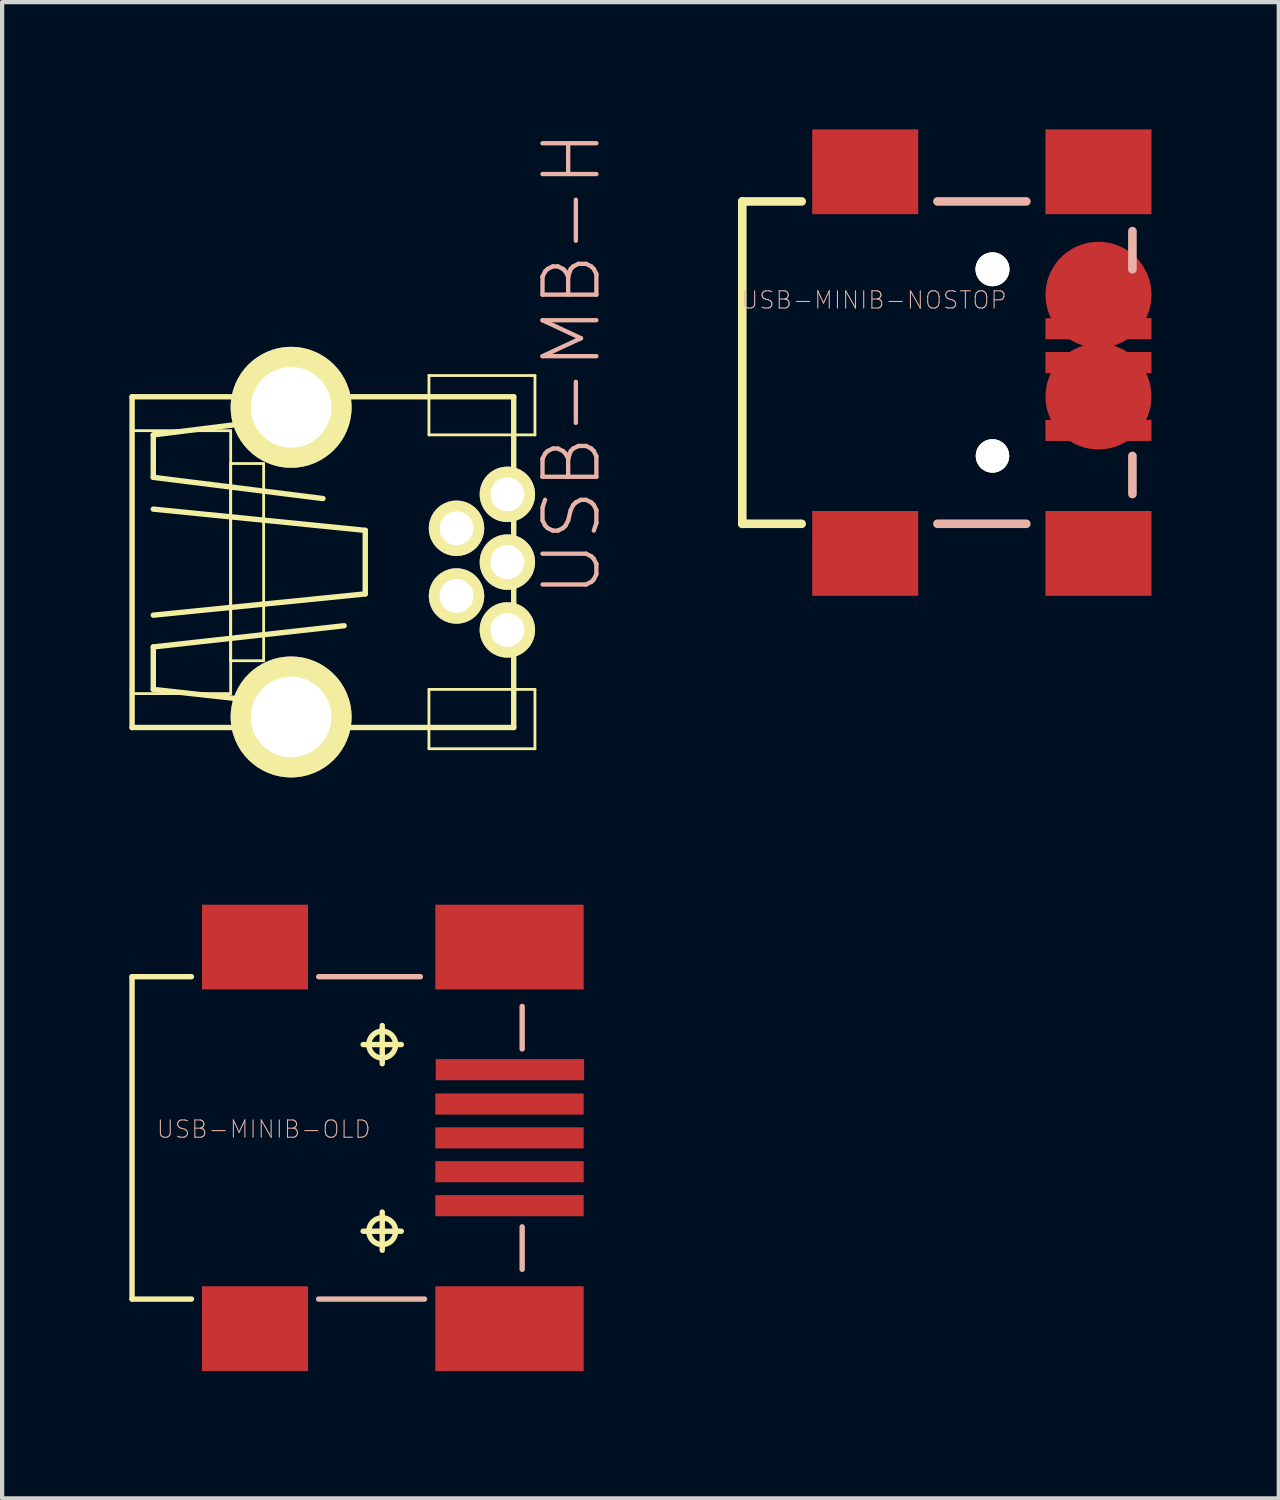
<source format=kicad_pcb>
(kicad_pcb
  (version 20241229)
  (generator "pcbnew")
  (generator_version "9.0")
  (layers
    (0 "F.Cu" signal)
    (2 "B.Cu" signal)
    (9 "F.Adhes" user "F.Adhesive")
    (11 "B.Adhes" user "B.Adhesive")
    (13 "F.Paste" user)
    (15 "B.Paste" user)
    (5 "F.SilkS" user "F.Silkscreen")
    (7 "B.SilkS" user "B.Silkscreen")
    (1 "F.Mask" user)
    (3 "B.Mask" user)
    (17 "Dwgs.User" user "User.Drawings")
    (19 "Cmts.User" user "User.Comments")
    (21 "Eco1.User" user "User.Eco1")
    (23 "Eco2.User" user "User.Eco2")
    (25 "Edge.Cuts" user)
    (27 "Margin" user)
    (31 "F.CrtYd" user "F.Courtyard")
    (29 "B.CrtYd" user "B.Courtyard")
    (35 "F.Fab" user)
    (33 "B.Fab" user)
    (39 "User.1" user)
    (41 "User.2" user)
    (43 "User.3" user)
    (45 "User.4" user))
  (footprint "USB-MINIB-NOSTOP"
    (layer "F.Cu")
    (at 20.347 5.498)
    (property "Reference" "USB-MINIB-NOSTOP" (at -2.794 -1.473 0) (layer "B.SilkS") (effects (font (size 0.406 0.406) (thickness 0.025))))
    (attr smd)
    (fp_line (start -5.898 -3.8) (end -5.898 3.8) (stroke (width 0.203) (type solid)) (layer "F.SilkS"))
    (fp_line (start -5.898 -3.8) (end -4.498 -3.8) (stroke (width 0.203) (type solid)) (layer "F.SilkS"))
    (fp_line (start -5.898 3.8) (end -4.498 3.8) (stroke (width 0.203) (type solid)) (layer "F.SilkS"))
    (fp_circle (center 0 -2.2) (end -0.173 -2.372) (stroke (width 0.203) (type solid)) (fill no) (layer "F.SilkS"))
    (fp_circle (center 0 2.2) (end -0.173 2.372) (stroke (width 0.203) (type solid)) (fill no) (layer "F.SilkS"))
    (fp_line (start -1.298 -3.8) (end 0.798 -3.8) (stroke (width 0.203) (type solid)) (layer "B.SilkS"))
    (fp_line (start 0.798 3.8) (end -1.298 3.8) (stroke (width 0.203) (type solid)) (layer "B.SilkS"))
    (fp_line (start 3.299 -3.099) (end 3.299 -2.2) (stroke (width 0.203) (type solid)) (layer "B.SilkS"))
    (fp_line (start 3.299 2.2) (end 3.299 3.099) (stroke (width 0.203) (type solid)) (layer "B.SilkS"))
    (pad "D+" smd rect (at 2.499 0) (size 2.499 0.498) (layers "F.Cu" "F.Mask" "F.Paste"))
    (pad "D-" smd rect (at 2.499 -0.798) (size 2.499 0.498) (layers "F.Cu" "F.Mask" "F.Paste"))
    (pad "G1" smd rect (at -3 4.498) (size 2.499 1.999) (layers "F.Cu" "F.Mask" "F.Paste"))
    (pad "G2" smd rect (at -3 -4.498) (size 2.499 1.999) (layers "F.Cu" "F.Mask" "F.Paste"))
    (pad "G3" smd rect (at 2.499 -4.498) (size 2.499 1.999) (layers "F.Cu" "F.Mask" "F.Paste"))
    (pad "G4" smd rect (at 2.499 4.498) (size 2.499 1.999) (layers "F.Cu" "F.Mask" "F.Paste"))
    (pad "GND" smd rect (at 2.499 1.598) (size 2.499 0.498) (layers "F.Cu" "F.Mask" "F.Paste"))
    (pad "H1" thru_hole circle (at 0 -2.2) (size 0.798 0.798) (drill 0.899) (layers "*.Cu" "F.Mask" "F.SilkS" "F.Paste"))
    (pad "H2" thru_hole circle (at 0 2.2) (size 0.787 0.787) (drill 0.899) (layers "*.Cu" "F.Mask" "F.SilkS" "F.Paste"))
    (pad "ID" smd circle (at 2.499 0.798) (size 2.499 2.499) (layers "F.Cu" "F.Mask" "F.Paste"))
    (pad "VBUS" smd circle (at 2.499 -1.598) (size 2.499 2.499) (layers "F.Cu" "F.Mask" "F.Paste")))
  (footprint "USB-MB-H"
    (layer "F.Cu")
    (at 3.813 10.202)
    (property "Reference" "USB-MB-H" (at 6.614 -4.674 90) (layer "B.SilkS") (effects (font (size 1.27 1.27) (thickness 0.102))))
    (attr exclude_from_pos_files exclude_from_bom)
    (fp_line (start -3.749 -3.899) (end -3.749 3.899) (stroke (width 0.127) (type solid)) (layer "F.SilkS"))
    (fp_line (start -3.749 -3.899) (end 5.248 -3.899) (stroke (width 0.127) (type solid)) (layer "F.SilkS"))
    (fp_line (start -3.749 -3.099) (end -1.425 -3.099) (stroke (width 0.066) (type solid)) (layer "F.SilkS"))
    (fp_line (start -3.749 3.099) (end -3.749 -3.099) (stroke (width 0.066) (type solid)) (layer "F.SilkS"))
    (fp_line (start -3.749 3.099) (end -1.425 3.099) (stroke (width 0.066) (type solid)) (layer "F.SilkS"))
    (fp_line (start -3.749 3.899) (end 5.248 3.899) (stroke (width 0.127) (type solid)) (layer "F.SilkS"))
    (fp_line (start -3.249 -3) (end -3.249 -1.999) (stroke (width 0.127) (type solid)) (layer "F.SilkS"))
    (fp_line (start -3.249 -1.999) (end 0.749 -1.499) (stroke (width 0.127) (type solid)) (layer "F.SilkS"))
    (fp_line (start -3.249 -1.25) (end 1.748 -0.749) (stroke (width 0.127) (type solid)) (layer "F.SilkS"))
    (fp_line (start -3.249 1.999) (end 1.25 1.499) (stroke (width 0.127) (type solid)) (layer "F.SilkS"))
    (fp_line (start -3.249 3) (end -3.249 1.999) (stroke (width 0.127) (type solid)) (layer "F.SilkS"))
    (fp_line (start -1.425 -2.324) (end -0.648 -2.324) (stroke (width 0.066) (type solid)) (layer "F.SilkS"))
    (fp_line (start -1.425 2.324) (end -1.425 -2.324) (stroke (width 0.066) (type solid)) (layer "F.SilkS"))
    (fp_line (start -1.425 2.324) (end -0.648 2.324) (stroke (width 0.066) (type solid)) (layer "F.SilkS"))
    (fp_line (start -1.425 3.099) (end -1.425 -3.099) (stroke (width 0.066) (type solid)) (layer "F.SilkS"))
    (fp_line (start -0.648 2.324) (end -0.648 -2.324) (stroke (width 0.066) (type solid)) (layer "F.SilkS"))
    (fp_line (start 0.749 -3.498) (end -3.249 -3) (stroke (width 0.127) (type solid)) (layer "F.SilkS"))
    (fp_line (start 1.25 3.498) (end -3.249 3) (stroke (width 0.127) (type solid)) (layer "F.SilkS"))
    (fp_line (start 1.748 -0.749) (end 1.748 0.749) (stroke (width 0.127) (type solid)) (layer "F.SilkS"))
    (fp_line (start 1.748 0.749) (end -3.249 1.25) (stroke (width 0.127) (type solid)) (layer "F.SilkS"))
    (fp_line (start 3.249 -4.399) (end 5.748 -4.399) (stroke (width 0.066) (type solid)) (layer "F.SilkS"))
    (fp_line (start 3.249 -3) (end 3.249 -4.399) (stroke (width 0.066) (type solid)) (layer "F.SilkS"))
    (fp_line (start 3.249 -3) (end 5.748 -3) (stroke (width 0.066) (type solid)) (layer "F.SilkS"))
    (fp_line (start 3.249 3) (end 5.748 3) (stroke (width 0.066) (type solid)) (layer "F.SilkS"))
    (fp_line (start 3.249 4.399) (end 3.249 3) (stroke (width 0.066) (type solid)) (layer "F.SilkS"))
    (fp_line (start 3.249 4.399) (end 5.748 4.399) (stroke (width 0.066) (type solid)) (layer "F.SilkS"))
    (fp_line (start 5.248 -3.899) (end 5.248 3.899) (stroke (width 0.127) (type solid)) (layer "F.SilkS"))
    (fp_line (start 5.748 -3) (end 5.748 -4.399) (stroke (width 0.066) (type solid)) (layer "F.SilkS"))
    (fp_line (start 5.748 4.399) (end 5.748 3) (stroke (width 0.066) (type solid)) (layer "F.SilkS"))
    (pad "D+" thru_hole circle (at 5.098 0) (size 1.306 1.306) (drill 0.798) (layers "*.Cu" "F.Mask" "F.SilkS" "F.Paste"))
    (pad "D-" thru_hole circle (at 3.899 -0.798) (size 1.306 1.306) (drill 0.798) (layers "*.Cu" "F.Mask" "F.SilkS" "F.Paste"))
    (pad "GND" thru_hole circle (at 5.098 1.598) (size 1.306 1.306) (drill 0.798) (layers "*.Cu" "F.Mask" "F.SilkS" "F.Paste"))
    (pad "ID" thru_hole circle (at 3.899 0.798) (size 1.306 1.306) (drill 0.798) (layers "*.Cu" "F.Mask" "F.SilkS" "F.Paste"))
    (pad "P$6" thru_hole circle (at 0 3.65) (size 2.85 2.85) (drill 1.9) (layers "*.Cu" "F.Mask" "F.SilkS" "F.Paste"))
    (pad "P$7" thru_hole circle (at 0 -3.65) (size 2.85 2.85) (drill 1.9) (layers "*.Cu" "F.Mask" "F.SilkS" "F.Paste"))
    (pad "VBUS" thru_hole circle (at 5.098 -1.598) (size 1.306 1.306) (drill 0.798) (layers "*.Cu" "F.Mask" "F.SilkS" "F.Paste")))
  (footprint "USB-MINIB-OLD"
    (layer "F.Cu")
    (at 5.961 23.775)
    (property "Reference" "USB-MINIB-OLD" (at -2.794 -0.203 0) (layer "B.SilkS") (effects (font (size 0.406 0.406) (thickness 0.025))))
    (attr smd)
    (fp_line (start -5.898 -3.8) (end -5.898 3.8) (stroke (width 0.127) (type solid)) (layer "F.SilkS"))
    (fp_line (start -5.898 -3.8) (end -4.498 -3.8) (stroke (width 0.127) (type solid)) (layer "F.SilkS"))
    (fp_line (start -5.898 3.8) (end -4.498 3.8) (stroke (width 0.127) (type solid)) (layer "F.SilkS"))
    (fp_line (start -0.45 -2.2) (end 0.45 -2.2) (stroke (width 0.127) (type solid)) (layer "F.SilkS"))
    (fp_line (start -0.45 2.2) (end 0.45 2.2) (stroke (width 0.127) (type solid)) (layer "F.SilkS"))
    (fp_line (start 0 -1.748) (end 0 -2.649) (stroke (width 0.127) (type solid)) (layer "F.SilkS"))
    (fp_line (start 0 2.649) (end 0 1.748) (stroke (width 0.127) (type solid)) (layer "F.SilkS"))
    (fp_circle (center 0 -2.2) (end -0.224 -2.423) (stroke (width 0.127) (type solid)) (fill no) (layer "F.SilkS"))
    (fp_circle (center 0 2.2) (end -0.224 2.423) (stroke (width 0.127) (type solid)) (fill no) (layer "F.SilkS"))
    (fp_line (start -1.499 -3.8) (end 0.899 -3.8) (stroke (width 0.127) (type solid)) (layer "B.SilkS"))
    (fp_line (start 0.998 3.8) (end -1.499 3.8) (stroke (width 0.127) (type solid)) (layer "B.SilkS"))
    (fp_line (start 3.299 -3.099) (end 3.299 -2.098) (stroke (width 0.127) (type solid)) (layer "B.SilkS"))
    (fp_line (start 3.299 2.098) (end 3.299 3.099) (stroke (width 0.127) (type solid)) (layer "B.SilkS"))
    (pad "1" smd rect (at -3 4.498) (size 2.499 1.999) (layers "F.Cu" "F.Mask" "F.Paste"))
    (pad "2" smd rect (at -3 -4.498) (size 2.499 1.999) (layers "F.Cu" "F.Mask" "F.Paste"))
    (pad "3" smd rect (at 3 4.498) (size 3.498 1.999) (layers "F.Cu" "F.Mask" "F.Paste"))
    (pad "4" smd rect (at 3 -4.498) (size 3.498 1.999) (layers "F.Cu" "F.Mask" "F.Paste"))
    (pad "D+" smd rect (at 3 0) (size 3.498 0.498) (layers "F.Cu" "F.Mask" "F.Paste"))
    (pad "D-" smd rect (at 3 -0.798) (size 3.498 0.498) (layers "F.Cu" "F.Mask" "F.Paste"))
    (pad "GND" smd rect (at 3 1.598) (size 3.498 0.498) (layers "F.Cu" "F.Mask" "F.Paste"))
    (pad "ID" smd rect (at 3 0.798) (size 3.498 0.498) (layers "F.Cu" "F.Mask" "F.Paste"))
    (pad "VBUS" smd rect (at 3.01 -1.608) (size 3.498 0.498) (layers "F.Cu" "F.Mask" "F.Paste")))
  (gr_rect
    (start -3 -3)
    (end 27.096 32.273)
    (stroke (width 0.1) (type default))
    (fill no)
    (layer "Edge.Cuts")))
</source>
